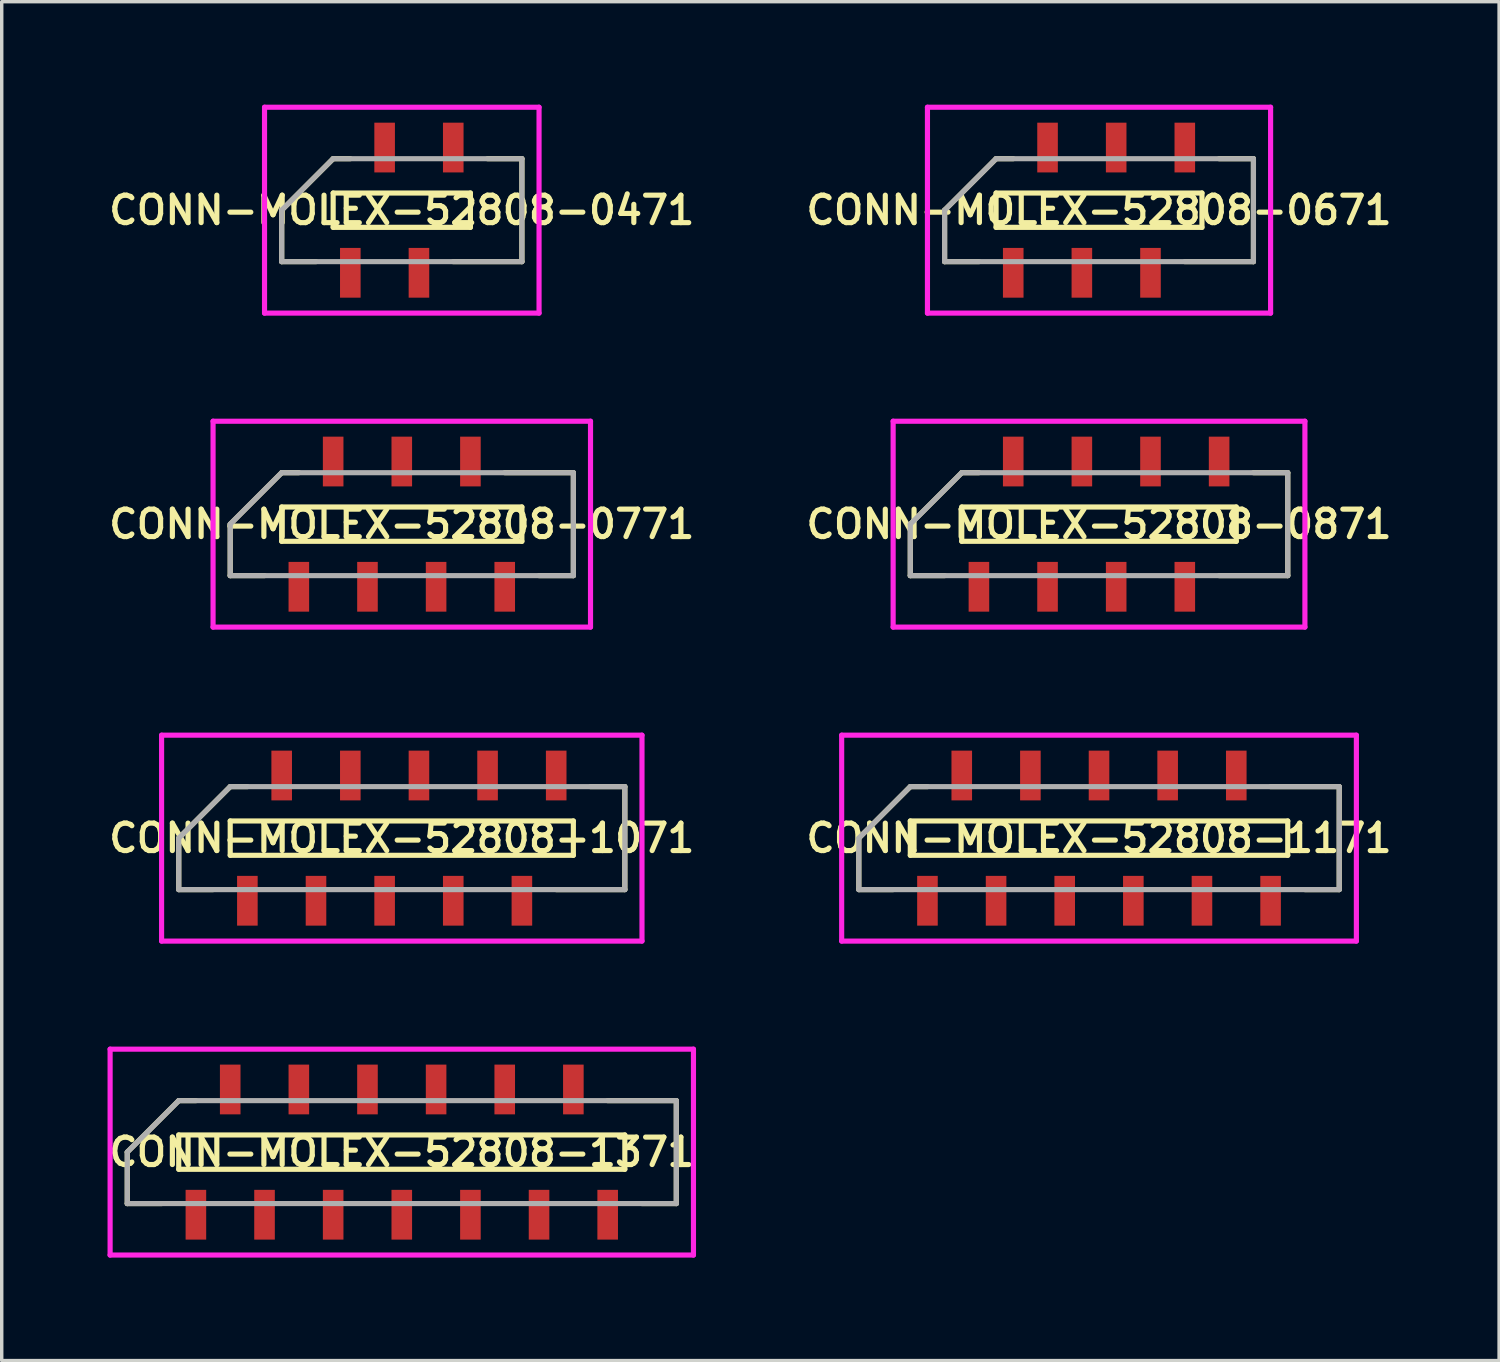
<source format=kicad_pcb>
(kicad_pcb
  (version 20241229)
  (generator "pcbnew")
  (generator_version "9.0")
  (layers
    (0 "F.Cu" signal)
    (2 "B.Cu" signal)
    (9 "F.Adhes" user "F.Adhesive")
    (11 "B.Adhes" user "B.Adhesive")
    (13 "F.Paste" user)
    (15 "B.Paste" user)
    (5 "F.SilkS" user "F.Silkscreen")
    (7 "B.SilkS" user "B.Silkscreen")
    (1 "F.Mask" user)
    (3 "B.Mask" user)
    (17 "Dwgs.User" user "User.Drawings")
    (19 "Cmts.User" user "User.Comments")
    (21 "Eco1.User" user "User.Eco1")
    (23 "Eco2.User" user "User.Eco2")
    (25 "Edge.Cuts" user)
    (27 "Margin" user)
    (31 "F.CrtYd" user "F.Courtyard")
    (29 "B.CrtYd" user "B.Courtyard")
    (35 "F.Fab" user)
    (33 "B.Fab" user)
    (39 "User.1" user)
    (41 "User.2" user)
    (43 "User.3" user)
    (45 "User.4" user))
  (footprint "CONN-MOLEX-52808-0771"
    (layer "F.Cu")
    (at 8.659 12.225)
    (property "Reference" "CONN-MOLEX-52808-0771" (at 0 0 0) (layer "F.SilkS") (effects (font (size 0.8 0.8) (thickness 0.15))))
    (attr through_hole)
    (fp_line (start -5 0) (end -5 1.5) (stroke (width 0.15) (type solid)) (layer "F.SilkS"))
    (fp_line (start -5 0) (end -3.5 -1.5) (stroke (width 0.15) (type solid)) (layer "F.SilkS"))
    (fp_line (start -4 1.5) (end -5 1.5) (stroke (width 0.15) (type solid)) (layer "F.SilkS"))
    (fp_line (start -3.5 -0.5) (end -3.5 0.5) (stroke (width 0.15) (type solid)) (layer "F.SilkS"))
    (fp_line (start -3.5 -0.5) (end 3.5 -0.5) (stroke (width 0.15) (type solid)) (layer "F.SilkS"))
    (fp_line (start -3 -1.5) (end -3.5 -1.5) (stroke (width 0.15) (type solid)) (layer "F.SilkS"))
    (fp_line (start 3.5 -0.5) (end 3.5 0.5) (stroke (width 0.15) (type solid)) (layer "F.SilkS"))
    (fp_line (start 3.5 0.5) (end -3.5 0.5) (stroke (width 0.15) (type solid)) (layer "F.SilkS"))
    (fp_line (start 4 1.5) (end 5 1.5) (stroke (width 0.15) (type solid)) (layer "F.SilkS"))
    (fp_line (start 5 -1.5) (end 3 -1.5) (stroke (width 0.15) (type solid)) (layer "F.SilkS"))
    (fp_line (start 5 -1.5) (end 5 1.5) (stroke (width 0.15) (type solid)) (layer "F.SilkS"))
    (fp_line (start -5.5 -3) (end -5.5 3) (stroke (width 0.15) (type solid)) (layer "F.CrtYd"))
    (fp_line (start -5.5 3) (end 5.5 3) (stroke (width 0.15) (type solid)) (layer "F.CrtYd"))
    (fp_line (start 5.5 -3) (end -5.5 -3) (stroke (width 0.15) (type solid)) (layer "F.CrtYd"))
    (fp_line (start 5.5 3) (end 5.5 -3) (stroke (width 0.15) (type solid)) (layer "F.CrtYd"))
    (fp_line (start -5 0) (end -5 1.5) (stroke (width 0.15) (type solid)) (layer "F.Fab"))
    (fp_line (start -5 1.5) (end 5 1.5) (stroke (width 0.15) (type solid)) (layer "F.Fab"))
    (fp_line (start -3.5 -1.5) (end -5 0) (stroke (width 0.15) (type solid)) (layer "F.Fab"))
    (fp_line (start 5 -1.5) (end -3.5 -1.5) (stroke (width 0.15) (type solid)) (layer "F.Fab"))
    (fp_line (start 5 1.5) (end 5 -1.5) (stroke (width 0.15) (type solid)) (layer "F.Fab"))
    (pad "1" smd rect (at -3 1.825) (size 0.6 1.45) (layers "F.Cu" "F.Mask" "F.Paste"))
    (pad "2" smd rect (at -2 -1.825) (size 0.6 1.45) (layers "F.Cu" "F.Mask" "F.Paste"))
    (pad "3" smd rect (at -1 1.825) (size 0.6 1.45) (layers "F.Cu" "F.Mask" "F.Paste"))
    (pad "4" smd rect (at 0 -1.825) (size 0.6 1.45) (layers "F.Cu" "F.Mask" "F.Paste"))
    (pad "5" smd rect (at 1 1.825) (size 0.6 1.45) (layers "F.Cu" "F.Mask" "F.Paste"))
    (pad "6" smd rect (at 2 -1.825) (size 0.6 1.45) (layers "F.Cu" "F.Mask" "F.Paste"))
    (pad "7" smd rect (at 3 1.825) (size 0.6 1.45) (layers "F.Cu" "F.Mask" "F.Paste")))
  (footprint "CONN-MOLEX-52808-1071"
    (layer "F.Cu")
    (at 8.659 21.375)
    (property "Reference" "CONN-MOLEX-52808-1071" (at 0 0 0) (layer "F.SilkS") (effects (font (size 0.8 0.8) (thickness 0.15))))
    (attr through_hole)
    (fp_line (start -6.5 0) (end -6.5 1.5) (stroke (width 0.15) (type solid)) (layer "F.SilkS"))
    (fp_line (start -6.5 0) (end -5 -1.5) (stroke (width 0.15) (type solid)) (layer "F.SilkS"))
    (fp_line (start -5.5 1.5) (end -6.5 1.5) (stroke (width 0.15) (type solid)) (layer "F.SilkS"))
    (fp_line (start -5 -0.5) (end -5 0.5) (stroke (width 0.15) (type solid)) (layer "F.SilkS"))
    (fp_line (start -5 0.5) (end 5 0.5) (stroke (width 0.15) (type solid)) (layer "F.SilkS"))
    (fp_line (start -4.5 -1.5) (end -5 -1.5) (stroke (width 0.15) (type solid)) (layer "F.SilkS"))
    (fp_line (start 5 -0.5) (end -5 -0.5) (stroke (width 0.15) (type solid)) (layer "F.SilkS"))
    (fp_line (start 5 0.5) (end 5 -0.5) (stroke (width 0.15) (type solid)) (layer "F.SilkS"))
    (fp_line (start 5.5 -1.5) (end 6.5 -1.5) (stroke (width 0.15) (type solid)) (layer "F.SilkS"))
    (fp_line (start 6.5 -1.5) (end 6.5 1.5) (stroke (width 0.15) (type solid)) (layer "F.SilkS"))
    (fp_line (start 6.5 1.5) (end 4.5 1.5) (stroke (width 0.15) (type solid)) (layer "F.SilkS"))
    (fp_line (start -7 -3) (end -7 3) (stroke (width 0.15) (type solid)) (layer "F.CrtYd"))
    (fp_line (start -7 3) (end 7 3) (stroke (width 0.15) (type solid)) (layer "F.CrtYd"))
    (fp_line (start 7 -3) (end -7 -3) (stroke (width 0.15) (type solid)) (layer "F.CrtYd"))
    (fp_line (start 7 3) (end 7 -3) (stroke (width 0.15) (type solid)) (layer "F.CrtYd"))
    (fp_line (start -6.5 0) (end -6.5 1.5) (stroke (width 0.15) (type solid)) (layer "F.Fab"))
    (fp_line (start -6.5 1.5) (end 6.5 1.5) (stroke (width 0.15) (type solid)) (layer "F.Fab"))
    (fp_line (start -5 -1.5) (end -6.5 0) (stroke (width 0.15) (type solid)) (layer "F.Fab"))
    (fp_line (start 6.5 -1.5) (end -5 -1.5) (stroke (width 0.15) (type solid)) (layer "F.Fab"))
    (fp_line (start 6.5 1.5) (end 6.5 -1.5) (stroke (width 0.15) (type solid)) (layer "F.Fab"))
    (pad "1" smd rect (at -4.5 1.825) (size 0.6 1.45) (layers "F.Cu" "F.Mask" "F.Paste"))
    (pad "2" smd rect (at -3.5 -1.825) (size 0.6 1.45) (layers "F.Cu" "F.Mask" "F.Paste"))
    (pad "3" smd rect (at -2.5 1.825) (size 0.6 1.45) (layers "F.Cu" "F.Mask" "F.Paste"))
    (pad "4" smd rect (at -1.5 -1.825) (size 0.6 1.45) (layers "F.Cu" "F.Mask" "F.Paste"))
    (pad "5" smd rect (at -0.5 1.825) (size 0.6 1.45) (layers "F.Cu" "F.Mask" "F.Paste"))
    (pad "6" smd rect (at 0.5 -1.825) (size 0.6 1.45) (layers "F.Cu" "F.Mask" "F.Paste"))
    (pad "7" smd rect (at 1.5 1.825) (size 0.6 1.45) (layers "F.Cu" "F.Mask" "F.Paste"))
    (pad "8" smd rect (at 2.5 -1.825) (size 0.6 1.45) (layers "F.Cu" "F.Mask" "F.Paste"))
    (pad "9" smd rect (at 3.5 1.825) (size 0.6 1.45) (layers "F.Cu" "F.Mask" "F.Paste"))
    (pad "10" smd rect (at 4.5 -1.825) (size 0.6 1.45) (layers "F.Cu" "F.Mask" "F.Paste")))
  (footprint "CONN-MOLEX-52808-0871"
    (layer "F.Cu")
    (at 28.978 12.225)
    (property "Reference" "CONN-MOLEX-52808-0871" (at 0 0 0) (layer "F.SilkS") (effects (font (size 0.8 0.8) (thickness 0.15))))
    (attr through_hole)
    (fp_line (start -5.5 0) (end -5.5 1.5) (stroke (width 0.15) (type solid)) (layer "F.SilkS"))
    (fp_line (start -5.5 0) (end -4 -1.5) (stroke (width 0.15) (type solid)) (layer "F.SilkS"))
    (fp_line (start -4.5 1.5) (end -5.5 1.5) (stroke (width 0.15) (type solid)) (layer "F.SilkS"))
    (fp_line (start -4 -0.5) (end -4 0.5) (stroke (width 0.15) (type solid)) (layer "F.SilkS"))
    (fp_line (start -4 -0.5) (end 4 -0.5) (stroke (width 0.15) (type solid)) (layer "F.SilkS"))
    (fp_line (start -3.5 -1.5) (end -4 -1.5) (stroke (width 0.15) (type solid)) (layer "F.SilkS"))
    (fp_line (start 4 -0.5) (end 4 0.5) (stroke (width 0.15) (type solid)) (layer "F.SilkS"))
    (fp_line (start 4 0.5) (end -4 0.5) (stroke (width 0.15) (type solid)) (layer "F.SilkS"))
    (fp_line (start 4.5 -1.5) (end 5.5 -1.5) (stroke (width 0.15) (type solid)) (layer "F.SilkS"))
    (fp_line (start 5.5 -1.5) (end 5.5 1.5) (stroke (width 0.15) (type solid)) (layer "F.SilkS"))
    (fp_line (start 5.5 1.5) (end 3.5 1.5) (stroke (width 0.15) (type solid)) (layer "F.SilkS"))
    (fp_line (start -6 -3) (end -6 3) (stroke (width 0.15) (type solid)) (layer "F.CrtYd"))
    (fp_line (start -6 3) (end 6 3) (stroke (width 0.15) (type solid)) (layer "F.CrtYd"))
    (fp_line (start 6 -3) (end -6 -3) (stroke (width 0.15) (type solid)) (layer "F.CrtYd"))
    (fp_line (start 6 3) (end 6 -3) (stroke (width 0.15) (type solid)) (layer "F.CrtYd"))
    (fp_line (start -5.5 0) (end -5.5 1.5) (stroke (width 0.15) (type solid)) (layer "F.Fab"))
    (fp_line (start -5.5 1.5) (end 5.5 1.5) (stroke (width 0.15) (type solid)) (layer "F.Fab"))
    (fp_line (start -4 -1.5) (end -5.5 0) (stroke (width 0.15) (type solid)) (layer "F.Fab"))
    (fp_line (start 5.5 -1.5) (end -4 -1.5) (stroke (width 0.15) (type solid)) (layer "F.Fab"))
    (fp_line (start 5.5 1.5) (end 5.5 -1.5) (stroke (width 0.15) (type solid)) (layer "F.Fab"))
    (pad "1" smd rect (at -3.5 1.825) (size 0.6 1.45) (layers "F.Cu" "F.Mask" "F.Paste"))
    (pad "2" smd rect (at -2.5 -1.825) (size 0.6 1.45) (layers "F.Cu" "F.Mask" "F.Paste"))
    (pad "3" smd rect (at -1.5 1.825) (size 0.6 1.45) (layers "F.Cu" "F.Mask" "F.Paste"))
    (pad "4" smd rect (at -0.5 -1.825) (size 0.6 1.45) (layers "F.Cu" "F.Mask" "F.Paste"))
    (pad "5" smd rect (at 0.5 1.825) (size 0.6 1.45) (layers "F.Cu" "F.Mask" "F.Paste"))
    (pad "6" smd rect (at 1.5 -1.825) (size 0.6 1.45) (layers "F.Cu" "F.Mask" "F.Paste"))
    (pad "7" smd rect (at 2.5 1.825) (size 0.6 1.45) (layers "F.Cu" "F.Mask" "F.Paste"))
    (pad "8" smd rect (at 3.5 -1.825) (size 0.6 1.45) (layers "F.Cu" "F.Mask" "F.Paste")))
  (footprint "CONN-MOLEX-52808-1171"
    (layer "F.Cu")
    (at 28.978 21.375)
    (property "Reference" "CONN-MOLEX-52808-1171" (at 0 0 0) (layer "F.SilkS") (effects (font (size 0.8 0.8) (thickness 0.15))))
    (attr through_hole)
    (fp_line (start -7 0) (end -7 1.5) (stroke (width 0.15) (type solid)) (layer "F.SilkS"))
    (fp_line (start -7 0) (end -5.5 -1.5) (stroke (width 0.15) (type solid)) (layer "F.SilkS"))
    (fp_line (start -6 1.5) (end -7 1.5) (stroke (width 0.15) (type solid)) (layer "F.SilkS"))
    (fp_line (start -5.5 -0.5) (end -5.5 0.5) (stroke (width 0.15) (type solid)) (layer "F.SilkS"))
    (fp_line (start -5.5 0.5) (end 5.5 0.5) (stroke (width 0.15) (type solid)) (layer "F.SilkS"))
    (fp_line (start -5 -1.5) (end -5.5 -1.5) (stroke (width 0.15) (type solid)) (layer "F.SilkS"))
    (fp_line (start 5.5 -0.5) (end -5.5 -0.5) (stroke (width 0.15) (type solid)) (layer "F.SilkS"))
    (fp_line (start 5.5 0.5) (end 5.5 -0.5) (stroke (width 0.15) (type solid)) (layer "F.SilkS"))
    (fp_line (start 6 1.5) (end 7 1.5) (stroke (width 0.15) (type solid)) (layer "F.SilkS"))
    (fp_line (start 7 -1.5) (end 5 -1.5) (stroke (width 0.15) (type solid)) (layer "F.SilkS"))
    (fp_line (start 7 -1.5) (end 7 1.5) (stroke (width 0.15) (type solid)) (layer "F.SilkS"))
    (fp_line (start -7.5 -3) (end -7.5 3) (stroke (width 0.15) (type solid)) (layer "F.CrtYd"))
    (fp_line (start -7.5 3) (end 7.5 3) (stroke (width 0.15) (type solid)) (layer "F.CrtYd"))
    (fp_line (start 7.5 -3) (end -7.5 -3) (stroke (width 0.15) (type solid)) (layer "F.CrtYd"))
    (fp_line (start 7.5 3) (end 7.5 -3) (stroke (width 0.15) (type solid)) (layer "F.CrtYd"))
    (fp_line (start -7 0) (end -7 1.5) (stroke (width 0.15) (type solid)) (layer "F.Fab"))
    (fp_line (start -7 1.5) (end 7 1.5) (stroke (width 0.15) (type solid)) (layer "F.Fab"))
    (fp_line (start -5.5 -1.5) (end -7 0) (stroke (width 0.15) (type solid)) (layer "F.Fab"))
    (fp_line (start 7 -1.5) (end -5.5 -1.5) (stroke (width 0.15) (type solid)) (layer "F.Fab"))
    (fp_line (start 7 1.5) (end 7 -1.5) (stroke (width 0.15) (type solid)) (layer "F.Fab"))
    (pad "1" smd rect (at -5 1.825) (size 0.6 1.45) (layers "F.Cu" "F.Mask" "F.Paste"))
    (pad "2" smd rect (at -4 -1.825) (size 0.6 1.45) (layers "F.Cu" "F.Mask" "F.Paste"))
    (pad "3" smd rect (at -3 1.825) (size 0.6 1.45) (layers "F.Cu" "F.Mask" "F.Paste"))
    (pad "4" smd rect (at -2 -1.825) (size 0.6 1.45) (layers "F.Cu" "F.Mask" "F.Paste"))
    (pad "5" smd rect (at -1 1.825) (size 0.6 1.45) (layers "F.Cu" "F.Mask" "F.Paste"))
    (pad "6" smd rect (at 0 -1.825) (size 0.6 1.45) (layers "F.Cu" "F.Mask" "F.Paste"))
    (pad "7" smd rect (at 1 1.825) (size 0.6 1.45) (layers "F.Cu" "F.Mask" "F.Paste"))
    (pad "8" smd rect (at 2 -1.825) (size 0.6 1.45) (layers "F.Cu" "F.Mask" "F.Paste"))
    (pad "9" smd rect (at 3 1.825) (size 0.6 1.45) (layers "F.Cu" "F.Mask" "F.Paste"))
    (pad "10" smd rect (at 4 -1.825) (size 0.6 1.45) (layers "F.Cu" "F.Mask" "F.Paste"))
    (pad "11" smd rect (at 5 1.825) (size 0.6 1.45) (layers "F.Cu" "F.Mask" "F.Paste")))
  (footprint "CONN-MOLEX-52808-0471"
    (layer "F.Cu")
    (at 8.659 3.075)
    (property "Reference" "CONN-MOLEX-52808-0471" (at 0 0 0) (layer "F.SilkS") (effects (font (size 0.8 0.8) (thickness 0.15))))
    (attr through_hole)
    (fp_line (start -3.5 0) (end -3.5 1.5) (stroke (width 0.15) (type solid)) (layer "F.SilkS"))
    (fp_line (start -3.5 0) (end -2 -1.5) (stroke (width 0.15) (type solid)) (layer "F.SilkS"))
    (fp_line (start -2.5 1.5) (end -3.5 1.5) (stroke (width 0.15) (type solid)) (layer "F.SilkS"))
    (fp_line (start -2 -0.5) (end -2 0.5) (stroke (width 0.15) (type solid)) (layer "F.SilkS"))
    (fp_line (start -2 0.5) (end 2 0.5) (stroke (width 0.15) (type solid)) (layer "F.SilkS"))
    (fp_line (start -1.5 -1.5) (end -2 -1.5) (stroke (width 0.15) (type solid)) (layer "F.SilkS"))
    (fp_line (start 2 -0.5) (end -2 -0.5) (stroke (width 0.15) (type solid)) (layer "F.SilkS"))
    (fp_line (start 2 0.5) (end 2 -0.5) (stroke (width 0.15) (type solid)) (layer "F.SilkS"))
    (fp_line (start 2.5 -1.5) (end 3.5 -1.5) (stroke (width 0.15) (type solid)) (layer "F.SilkS"))
    (fp_line (start 3.5 -1.5) (end 3.5 1.5) (stroke (width 0.15) (type solid)) (layer "F.SilkS"))
    (fp_line (start 3.5 1.5) (end 1.5 1.5) (stroke (width 0.15) (type solid)) (layer "F.SilkS"))
    (fp_line (start -4 -3) (end 4 -3) (stroke (width 0.15) (type solid)) (layer "F.CrtYd"))
    (fp_line (start -4 3) (end -4 -3) (stroke (width 0.15) (type solid)) (layer "F.CrtYd"))
    (fp_line (start 4 -3) (end 4 3) (stroke (width 0.15) (type solid)) (layer "F.CrtYd"))
    (fp_line (start 4 3) (end -4 3) (stroke (width 0.15) (type solid)) (layer "F.CrtYd"))
    (fp_line (start -3.5 0) (end -2 -1.5) (stroke (width 0.15) (type solid)) (layer "F.Fab"))
    (fp_line (start -3.5 1.5) (end -3.5 0) (stroke (width 0.15) (type solid)) (layer "F.Fab"))
    (fp_line (start -2 -1.5) (end 3.5 -1.5) (stroke (width 0.15) (type solid)) (layer "F.Fab"))
    (fp_line (start 3.5 -1.5) (end 3.5 1.5) (stroke (width 0.15) (type solid)) (layer "F.Fab"))
    (fp_line (start 3.5 1.5) (end -3.5 1.5) (stroke (width 0.15) (type solid)) (layer "F.Fab"))
    (pad "1" smd rect (at -1.5 1.825) (size 0.6 1.45) (layers "F.Cu" "F.Mask" "F.Paste"))
    (pad "2" smd rect (at -0.5 -1.825) (size 0.6 1.45) (layers "F.Cu" "F.Mask" "F.Paste"))
    (pad "3" smd rect (at 0.5 1.825) (size 0.6 1.45) (layers "F.Cu" "F.Mask" "F.Paste"))
    (pad "4" smd rect (at 1.5 -1.825) (size 0.6 1.45) (layers "F.Cu" "F.Mask" "F.Paste")))
  (footprint "CONN-MOLEX-52808-0671"
    (layer "F.Cu")
    (at 28.978 3.075)
    (property "Reference" "CONN-MOLEX-52808-0671" (at 0 0 0) (layer "F.SilkS") (effects (font (size 0.8 0.8) (thickness 0.15))))
    (attr through_hole)
    (fp_line (start -4.5 0) (end -4.5 1.5) (stroke (width 0.15) (type solid)) (layer "F.SilkS"))
    (fp_line (start -4.5 0) (end -3 -1.5) (stroke (width 0.15) (type solid)) (layer "F.SilkS"))
    (fp_line (start -3.5 1.5) (end -4.5 1.5) (stroke (width 0.15) (type solid)) (layer "F.SilkS"))
    (fp_line (start -3 -0.5) (end -3 0.5) (stroke (width 0.15) (type solid)) (layer "F.SilkS"))
    (fp_line (start -3 -0.5) (end 3 -0.5) (stroke (width 0.15) (type solid)) (layer "F.SilkS"))
    (fp_line (start -2.5 -1.5) (end -3 -1.5) (stroke (width 0.15) (type solid)) (layer "F.SilkS"))
    (fp_line (start 3 -0.5) (end 3 0.5) (stroke (width 0.15) (type solid)) (layer "F.SilkS"))
    (fp_line (start 3 0.5) (end -3 0.5) (stroke (width 0.15) (type solid)) (layer "F.SilkS"))
    (fp_line (start 3.5 -1.5) (end 4.5 -1.5) (stroke (width 0.15) (type solid)) (layer "F.SilkS"))
    (fp_line (start 4.5 -1.5) (end 4.5 1.5) (stroke (width 0.15) (type solid)) (layer "F.SilkS"))
    (fp_line (start 4.5 1.5) (end 2.5 1.5) (stroke (width 0.15) (type solid)) (layer "F.SilkS"))
    (fp_line (start -5 -3) (end -5 3) (stroke (width 0.15) (type solid)) (layer "F.CrtYd"))
    (fp_line (start -5 3) (end 5 3) (stroke (width 0.15) (type solid)) (layer "F.CrtYd"))
    (fp_line (start 5 -3) (end -5 -3) (stroke (width 0.15) (type solid)) (layer "F.CrtYd"))
    (fp_line (start 5 3) (end 5 -3) (stroke (width 0.15) (type solid)) (layer "F.CrtYd"))
    (fp_line (start -4.5 0) (end -3 -1.5) (stroke (width 0.15) (type solid)) (layer "F.Fab"))
    (fp_line (start -4.5 1.5) (end -4.5 0) (stroke (width 0.15) (type solid)) (layer "F.Fab"))
    (fp_line (start -3 -1.5) (end 4.5 -1.5) (stroke (width 0.15) (type solid)) (layer "F.Fab"))
    (fp_line (start 4.5 -1.5) (end 4.5 1.5) (stroke (width 0.15) (type solid)) (layer "F.Fab"))
    (fp_line (start 4.5 1.5) (end -4.5 1.5) (stroke (width 0.15) (type solid)) (layer "F.Fab"))
    (pad "1" smd rect (at -2.5 1.825) (size 0.6 1.45) (layers "F.Cu" "F.Mask" "F.Paste"))
    (pad "2" smd rect (at -1.5 -1.825) (size 0.6 1.45) (layers "F.Cu" "F.Mask" "F.Paste"))
    (pad "3" smd rect (at -0.5 1.825) (size 0.6 1.45) (layers "F.Cu" "F.Mask" "F.Paste"))
    (pad "4" smd rect (at 0.5 -1.825) (size 0.6 1.45) (layers "F.Cu" "F.Mask" "F.Paste"))
    (pad "5" smd rect (at 1.5 1.825) (size 0.6 1.45) (layers "F.Cu" "F.Mask" "F.Paste"))
    (pad "6" smd rect (at 2.5 -1.825) (size 0.6 1.45) (layers "F.Cu" "F.Mask" "F.Paste")))
  (footprint "CONN-MOLEX-52808-1371"
    (layer "F.Cu")
    (at 8.659 30.525)
    (property "Reference" "CONN-MOLEX-52808-1371" (at 0 0 0) (layer "F.SilkS") (effects (font (size 0.8 0.8) (thickness 0.15))))
    (attr through_hole)
    (fp_line (start -8 0) (end -8 1.5) (stroke (width 0.15) (type solid)) (layer "F.SilkS"))
    (fp_line (start -8 0) (end -6.5 -1.5) (stroke (width 0.15) (type solid)) (layer "F.SilkS"))
    (fp_line (start -7 1.5) (end -8 1.5) (stroke (width 0.15) (type solid)) (layer "F.SilkS"))
    (fp_line (start -6.5 -0.5) (end -6.5 0.5) (stroke (width 0.15) (type solid)) (layer "F.SilkS"))
    (fp_line (start -6.5 -0.5) (end 6.5 -0.5) (stroke (width 0.15) (type solid)) (layer "F.SilkS"))
    (fp_line (start -6 -1.5) (end -6.5 -1.5) (stroke (width 0.15) (type solid)) (layer "F.SilkS"))
    (fp_line (start 6.5 -0.5) (end 6.5 0.5) (stroke (width 0.15) (type solid)) (layer "F.SilkS"))
    (fp_line (start 6.5 0.5) (end -6.5 0.5) (stroke (width 0.15) (type solid)) (layer "F.SilkS"))
    (fp_line (start 7 1.5) (end 8 1.5) (stroke (width 0.15) (type solid)) (layer "F.SilkS"))
    (fp_line (start 8 -1.5) (end 6 -1.5) (stroke (width 0.15) (type solid)) (layer "F.SilkS"))
    (fp_line (start 8 -1.5) (end 8 1.5) (stroke (width 0.15) (type solid)) (layer "F.SilkS"))
    (fp_line (start -8.5 -3) (end -8.5 3) (stroke (width 0.15) (type solid)) (layer "F.CrtYd"))
    (fp_line (start -8.5 3) (end 8.5 3) (stroke (width 0.15) (type solid)) (layer "F.CrtYd"))
    (fp_line (start 8.5 -3) (end -8.5 -3) (stroke (width 0.15) (type solid)) (layer "F.CrtYd"))
    (fp_line (start 8.5 3) (end 8.5 -3) (stroke (width 0.15) (type solid)) (layer "F.CrtYd"))
    (fp_line (start -8 0) (end -8 1.5) (stroke (width 0.15) (type solid)) (layer "F.Fab"))
    (fp_line (start -8 1.5) (end 8 1.5) (stroke (width 0.15) (type solid)) (layer "F.Fab"))
    (fp_line (start -6.5 -1.5) (end -8 0) (stroke (width 0.15) (type solid)) (layer "F.Fab"))
    (fp_line (start 8 -1.5) (end -6.5 -1.5) (stroke (width 0.15) (type solid)) (layer "F.Fab"))
    (fp_line (start 8 1.5) (end 8 -1.5) (stroke (width 0.15) (type solid)) (layer "F.Fab"))
    (pad "1" smd rect (at -6 1.825) (size 0.6 1.45) (layers "F.Cu" "F.Mask" "F.Paste"))
    (pad "2" smd rect (at -5 -1.825) (size 0.6 1.45) (layers "F.Cu" "F.Mask" "F.Paste"))
    (pad "3" smd rect (at -4 1.825) (size 0.6 1.45) (layers "F.Cu" "F.Mask" "F.Paste"))
    (pad "4" smd rect (at -3 -1.825) (size 0.6 1.45) (layers "F.Cu" "F.Mask" "F.Paste"))
    (pad "5" smd rect (at -2 1.825) (size 0.6 1.45) (layers "F.Cu" "F.Mask" "F.Paste"))
    (pad "6" smd rect (at -1 -1.825) (size 0.6 1.45) (layers "F.Cu" "F.Mask" "F.Paste"))
    (pad "7" smd rect (at 0 1.825) (size 0.6 1.45) (layers "F.Cu" "F.Mask" "F.Paste"))
    (pad "8" smd rect (at 1 -1.825) (size 0.6 1.45) (layers "F.Cu" "F.Mask" "F.Paste"))
    (pad "9" smd rect (at 2 1.825) (size 0.6 1.45) (layers "F.Cu" "F.Mask" "F.Paste"))
    (pad "10" smd rect (at 3 -1.825) (size 0.6 1.45) (layers "F.Cu" "F.Mask" "F.Paste"))
    (pad "11" smd rect (at 4 1.825) (size 0.6 1.45) (layers "F.Cu" "F.Mask" "F.Paste"))
    (pad "12" smd rect (at 5 -1.825) (size 0.6 1.45) (layers "F.Cu" "F.Mask" "F.Paste"))
    (pad "13" smd rect (at 6 1.825) (size 0.6 1.45) (layers "F.Cu" "F.Mask" "F.Paste")))
  (gr_rect
    (start -3 -3)
    (end 40.637 36.6)
    (stroke (width 0.1) (type default))
    (fill no)
    (layer "Edge.Cuts")))
</source>
